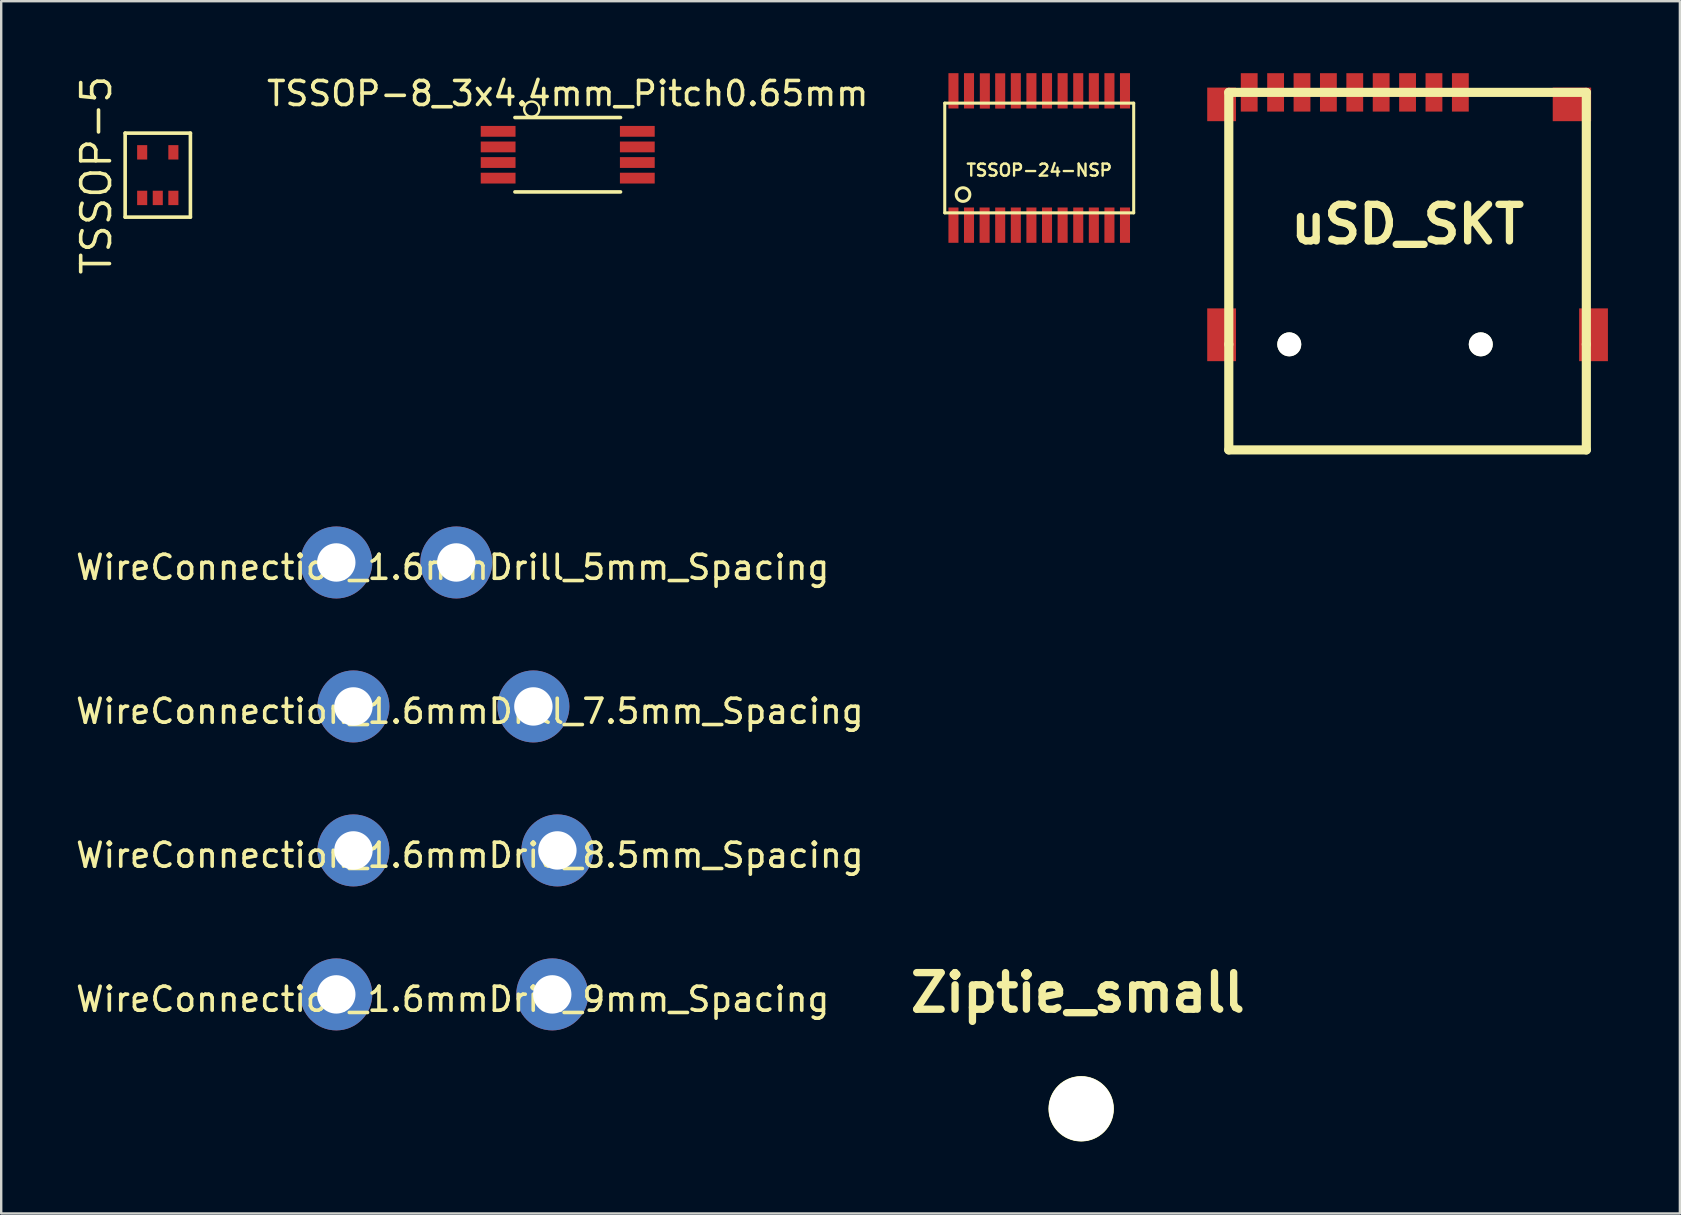
<source format=kicad_pcb>
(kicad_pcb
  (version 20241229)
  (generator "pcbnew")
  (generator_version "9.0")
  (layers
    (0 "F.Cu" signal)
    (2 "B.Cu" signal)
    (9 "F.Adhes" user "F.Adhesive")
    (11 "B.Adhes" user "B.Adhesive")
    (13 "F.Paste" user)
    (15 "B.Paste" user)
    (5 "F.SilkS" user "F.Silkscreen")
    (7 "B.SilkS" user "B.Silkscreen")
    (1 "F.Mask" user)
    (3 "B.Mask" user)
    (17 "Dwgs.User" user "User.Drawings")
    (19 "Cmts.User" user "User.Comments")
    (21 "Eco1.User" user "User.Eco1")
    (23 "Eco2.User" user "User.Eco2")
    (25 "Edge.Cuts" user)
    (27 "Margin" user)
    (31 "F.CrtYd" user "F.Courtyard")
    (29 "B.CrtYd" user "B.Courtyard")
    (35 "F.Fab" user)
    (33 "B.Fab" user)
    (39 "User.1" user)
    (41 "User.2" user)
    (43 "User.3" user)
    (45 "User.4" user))
  (footprint "WireConnection_1.6mmDrill_9mm_Spacing"
    (layer "F.Cu")
    (at 10.964 38.39)
    (property "Reference" "WireConnection_1.6mmDrill_9mm_Spacing" (at 4.851 0.203 0) (layer "F.SilkS") (effects (font (size 1 1) (thickness 0.15))))
    (attr through_hole)
    (pad "1" thru_hole circle (at 0 0) (size 3 3) (drill 1.6) (layers "*.Cu" "*.Mask"))
    (pad "2" thru_hole circle (at 9 0) (size 3 3) (drill 1.6) (layers "*.Cu" "*.Mask")))
  (footprint "WireConnection_1.6mmDrill_5mm_Spacing"
    (layer "F.Cu")
    (at 10.964 20.39)
    (property "Reference" "WireConnection_1.6mmDrill_5mm_Spacing" (at 4.851 0.203 0) (layer "F.SilkS") (effects (font (size 1 1) (thickness 0.15))))
    (attr through_hole)
    (pad "1" thru_hole circle (at 0 0) (size 3 3) (drill 1.6) (layers "*.Cu" "*.Mask"))
    (pad "2" thru_hole circle (at 5 0) (size 3 3) (drill 1.6) (layers "*.Cu" "*.Mask")))
  (footprint "WireConnection_1.6mmDrill_8.5mm_Spacing"
    (layer "F.Cu")
    (at 11.678 32.39)
    (property "Reference" "WireConnection_1.6mmDrill_8.5mm_Spacing" (at 4.851 0.203 0) (layer "F.SilkS") (effects (font (size 1 1) (thickness 0.15))))
    (attr through_hole)
    (pad "1" thru_hole circle (at 0 0) (size 3 3) (drill 1.6) (layers "*.Cu" "*.Mask"))
    (pad "2" thru_hole circle (at 8.5 0) (size 3 3) (drill 1.6) (layers "*.Cu" "*.Mask")))
  (footprint "TSSOP-8_3x4.4mm_Pitch0.65mm"
    (layer "F.Cu")
    (at 20.609 3.398)
    (property "Reference" "TSSOP-8_3x4.4mm_Pitch0.65mm" (at 0 -2.55 0) (layer "F.SilkS") (effects (font (size 1 1) (thickness 0.15))))
    (attr smd)
    (fp_line (start -2.2 -1.55) (end 2.2 -1.55) (stroke (width 0.15) (type solid)) (layer "F.SilkS"))
    (fp_line (start -2.2 1.55) (end 2.2 1.55) (stroke (width 0.15) (type solid)) (layer "F.SilkS"))
    (fp_circle (center -1.5 -1.9) (end -1.4 -1.6) (stroke (width 0.1) (type solid)) (fill no) (layer "F.SilkS"))
    (pad "1" smd rect (at -2.9 -0.975) (size 1.45 0.45) (layers "F.Cu" "F.Mask" "F.Paste"))
    (pad "2" smd rect (at -2.9 -0.325) (size 1.45 0.45) (layers "F.Cu" "F.Mask" "F.Paste"))
    (pad "3" smd rect (at -2.9 0.325) (size 1.45 0.45) (layers "F.Cu" "F.Mask" "F.Paste"))
    (pad "4" smd rect (at -2.9 0.975) (size 1.45 0.45) (layers "F.Cu" "F.Mask" "F.Paste"))
    (pad "5" smd rect (at 2.9 0.975) (size 1.45 0.45) (layers "F.Cu" "F.Mask" "F.Paste"))
    (pad "6" smd rect (at 2.9 0.325) (size 1.45 0.45) (layers "F.Cu" "F.Mask" "F.Paste"))
    (pad "7" smd rect (at 2.9 -0.325) (size 1.45 0.45) (layers "F.Cu" "F.Mask" "F.Paste"))
    (pad "8" smd rect (at 2.9 -0.975) (size 1.45 0.45) (layers "F.Cu" "F.Mask" "F.Paste")))
  (footprint "uSD_SKT"
    (layer "F.Cu")
    (at 55.608 11.3)
    (property "Reference" "uSD_SKT" (at 0 -5.001 0) (layer "F.SilkS") (effects (font (size 1.524 1.524) (thickness 0.305))))
    (attr through_hole)
    (fp_line (start -7.45 -10.5) (end -7.45 0) (stroke (width 0.381) (type solid)) (layer "F.SilkS"))
    (fp_line (start -7.45 -10.5) (end 7.45 -10.5) (stroke (width 0.381) (type solid)) (layer "F.SilkS"))
    (fp_line (start -7.45 0) (end -7.45 4.399) (stroke (width 0.381) (type solid)) (layer "F.SilkS"))
    (fp_line (start -7.45 4.399) (end 7.45 4.399) (stroke (width 0.381) (type solid)) (layer "F.SilkS"))
    (fp_line (start 7.45 -10.5) (end 7.45 0) (stroke (width 0.381) (type solid)) (layer "F.SilkS"))
    (fp_line (start 7.45 0) (end 7.45 4.399) (stroke (width 0.381) (type solid)) (layer "F.SilkS"))
    (pad "" np_thru_hole circle (at -4.93 0) (size 1 1) (drill 1) (layers "*.Cu" "*.Mask" "F.SilkS"))
    (pad "" np_thru_hole circle (at 3.051 0) (size 1 1) (drill 1) (layers "*.Cu" "*.Mask" "F.SilkS"))
    (pad "1" smd rect (at 2.2 -10.5) (size 0.701 1.6) (layers "F.Cu" "F.Mask" "F.Paste"))
    (pad "2" smd rect (at 1.1 -10.5) (size 0.701 1.6) (layers "F.Cu" "F.Mask" "F.Paste"))
    (pad "3" smd rect (at 0 -10.5) (size 0.701 1.6) (layers "F.Cu" "F.Mask" "F.Paste"))
    (pad "4" smd rect (at -1.1 -10.5) (size 0.701 1.6) (layers "F.Cu" "F.Mask" "F.Paste"))
    (pad "5" smd rect (at -2.2 -10.5) (size 0.701 1.6) (layers "F.Cu" "F.Mask" "F.Paste"))
    (pad "6" smd rect (at -3.299 -10.5) (size 0.701 1.6) (layers "F.Cu" "F.Mask" "F.Paste"))
    (pad "7" smd rect (at -4.399 -10.5) (size 0.701 1.6) (layers "F.Cu" "F.Mask" "F.Paste"))
    (pad "8" smd rect (at -5.499 -10.5) (size 0.701 1.6) (layers "F.Cu" "F.Mask" "F.Paste"))
    (pad "9" smd rect (at -6.599 -10.5) (size 0.701 1.6) (layers "F.Cu" "F.Mask" "F.Paste"))
    (pad "G" smd rect (at -7.75 -10) (size 1.199 1.4) (layers "F.Cu" "F.Mask" "F.Paste"))
    (pad "G" smd rect (at -7.75 -0.399) (size 1.199 2.2) (layers "F.Cu" "F.Mask" "F.Paste"))
    (pad "G" smd rect (at 6.85 -10) (size 1.6 1.4) (layers "F.Cu" "F.Mask" "F.Paste"))
    (pad "G" smd rect (at 7.75 -0.399) (size 1.199 2.2) (layers "F.Cu" "F.Mask" "F.Paste")))
  (footprint "TSSOP-5"
    (layer "F.Cu")
    (at 3.525 4.248)
    (property "Reference" "TSSOP-5" (at -2.56 0 90) (layer "F.SilkS") (effects (font (size 1.2 1.2) (thickness 0.15))))
    (attr through_hole)
    (fp_line (start -1.36 -1.75) (end -1.36 1.75) (stroke (width 0.15) (type solid)) (layer "F.SilkS"))
    (fp_line (start -1.36 1.75) (end 1.36 1.75) (stroke (width 0.15) (type solid)) (layer "F.SilkS"))
    (fp_line (start 1.36 -1.75) (end -1.36 -1.75) (stroke (width 0.15) (type solid)) (layer "F.SilkS"))
    (fp_line (start 1.36 1.75) (end 1.36 -1.75) (stroke (width 0.15) (type solid)) (layer "F.SilkS"))
    (pad "1" smd rect (at -0.65 0.95) (size 0.42 0.6) (layers "F.Cu" "F.Mask" "F.Paste"))
    (pad "2" smd rect (at 0 0.95) (size 0.42 0.6) (layers "F.Cu" "F.Mask" "F.Paste"))
    (pad "3" smd rect (at 0.65 0.95) (size 0.42 0.6) (layers "F.Cu" "F.Mask" "F.Paste"))
    (pad "4" smd rect (at 0.65 -0.95) (size 0.42 0.6) (layers "F.Cu" "F.Mask" "F.Paste"))
    (pad "5" smd rect (at -0.65 -0.95) (size 0.42 0.6) (layers "F.Cu" "F.Mask" "F.Paste")))
  (footprint "TSSOP-24-NSP"
    (layer "F.Cu")
    (at 40.258 3.534)
    (property "Reference" "TSSOP-24-NSP" (at 0 0.508 0) (layer "F.SilkS") (effects (font (size 0.5 0.5) (thickness 0.099))))
    (attr through_hole)
    (fp_line (start -3.937 -2.286) (end -3.937 2.286) (stroke (width 0.127) (type solid)) (layer "F.SilkS"))
    (fp_line (start -3.937 2.286) (end 3.937 2.286) (stroke (width 0.127) (type solid)) (layer "F.SilkS"))
    (fp_line (start 3.937 -2.286) (end -3.937 -2.286) (stroke (width 0.127) (type solid)) (layer "F.SilkS"))
    (fp_line (start 3.937 2.286) (end 3.937 -2.286) (stroke (width 0.127) (type solid)) (layer "F.SilkS"))
    (fp_circle (center -3.175 1.524) (end -3.302 1.778) (stroke (width 0.127) (type solid)) (fill no) (layer "F.SilkS"))
    (pad "1" smd rect (at -3.574 2.799) (size 0.419 1.471) (layers "F.Cu" "F.Mask" "F.Paste"))
    (pad "2" smd rect (at -2.926 2.799) (size 0.419 1.471) (layers "F.Cu" "F.Mask" "F.Paste"))
    (pad "3" smd rect (at -2.276 2.799) (size 0.419 1.471) (layers "F.Cu" "F.Mask" "F.Paste"))
    (pad "4" smd rect (at -1.626 2.799) (size 0.419 1.471) (layers "F.Cu" "F.Mask" "F.Paste"))
    (pad "5" smd rect (at -0.975 2.799) (size 0.419 1.471) (layers "F.Cu" "F.Mask" "F.Paste"))
    (pad "6" smd rect (at -0.325 2.799) (size 0.419 1.471) (layers "F.Cu" "F.Mask" "F.Paste"))
    (pad "7" smd rect (at 0.325 2.799) (size 0.419 1.471) (layers "F.Cu" "F.Mask" "F.Paste"))
    (pad "8" smd rect (at 0.975 2.799) (size 0.419 1.471) (layers "F.Cu" "F.Mask" "F.Paste"))
    (pad "9" smd rect (at 1.626 2.799) (size 0.419 1.471) (layers "F.Cu" "F.Mask" "F.Paste"))
    (pad "10" smd rect (at 2.276 2.799) (size 0.419 1.471) (layers "F.Cu" "F.Mask" "F.Paste"))
    (pad "11" smd rect (at 2.926 2.799) (size 0.419 1.471) (layers "F.Cu" "F.Mask" "F.Paste"))
    (pad "12" smd rect (at 3.574 2.799) (size 0.419 1.471) (layers "F.Cu" "F.Mask" "F.Paste"))
    (pad "13" smd rect (at 3.574 -2.799) (size 0.419 1.471) (layers "F.Cu" "F.Mask" "F.Paste"))
    (pad "14" smd rect (at 2.926 -2.799) (size 0.419 1.471) (layers "F.Cu" "F.Mask" "F.Paste"))
    (pad "15" smd rect (at 2.276 -2.799) (size 0.419 1.471) (layers "F.Cu" "F.Mask" "F.Paste"))
    (pad "16" smd rect (at 1.626 -2.799) (size 0.419 1.471) (layers "F.Cu" "F.Mask" "F.Paste"))
    (pad "17" smd rect (at 0.975 -2.799) (size 0.419 1.471) (layers "F.Cu" "F.Mask" "F.Paste"))
    (pad "18" smd rect (at 0.325 -2.799) (size 0.419 1.471) (layers "F.Cu" "F.Mask" "F.Paste"))
    (pad "19" smd rect (at -0.325 -2.799) (size 0.419 1.471) (layers "F.Cu" "F.Mask" "F.Paste"))
    (pad "20" smd rect (at -0.975 -2.799) (size 0.419 1.471) (layers "F.Cu" "F.Mask" "F.Paste"))
    (pad "21" smd rect (at -1.626 -2.794) (size 0.419 1.471) (layers "F.Cu" "F.Mask" "F.Paste"))
    (pad "22" smd rect (at -2.266 -2.794) (size 0.419 1.471) (layers "F.Cu" "F.Mask" "F.Paste"))
    (pad "23" smd rect (at -2.926 -2.799) (size 0.419 1.471) (layers "F.Cu" "F.Mask" "F.Paste"))
    (pad "24" smd rect (at -3.574 -2.799) (size 0.419 1.471) (layers "F.Cu" "F.Mask" "F.Paste")))
  (footprint "Ziptie_small"
    (layer "F.Cu")
    (at 42.006 43.157)
    (property "Reference" "Ziptie_small" (at -0.14 -4.84 0) (layer "F.SilkS") (effects (font (size 1.524 1.524) (thickness 0.305))))
    (attr through_hole)
    (fp_circle (center 0 0) (end -1.3 0) (stroke (width 0.127) (type solid)) (fill no) (layer "F.SilkS"))
    (pad "" np_thru_hole circle (at 0 0) (size 2.7 2.7) (drill 2.7) (layers "*.Cu" "*.Mask" "F.SilkS")))
  (footprint "WireConnection_1.6mmDrill_7.5mm_Spacing"
    (layer "F.Cu")
    (at 11.678 26.39)
    (property "Reference" "WireConnection_1.6mmDrill_7.5mm_Spacing" (at 4.851 0.203 0) (layer "F.SilkS") (effects (font (size 1 1) (thickness 0.15))))
    (attr through_hole)
    (pad "1" thru_hole circle (at 0 0) (size 3 3) (drill 1.6) (layers "*.Cu" "*.Mask"))
    (pad "2" thru_hole circle (at 7.5 0) (size 3 3) (drill 1.6) (layers "*.Cu" "*.Mask")))
  (gr_rect
    (start -3 -3)
    (end 66.957 47.52)
    (stroke (width 0.1) (type default))
    (fill no)
    (layer "Edge.Cuts")))
</source>
